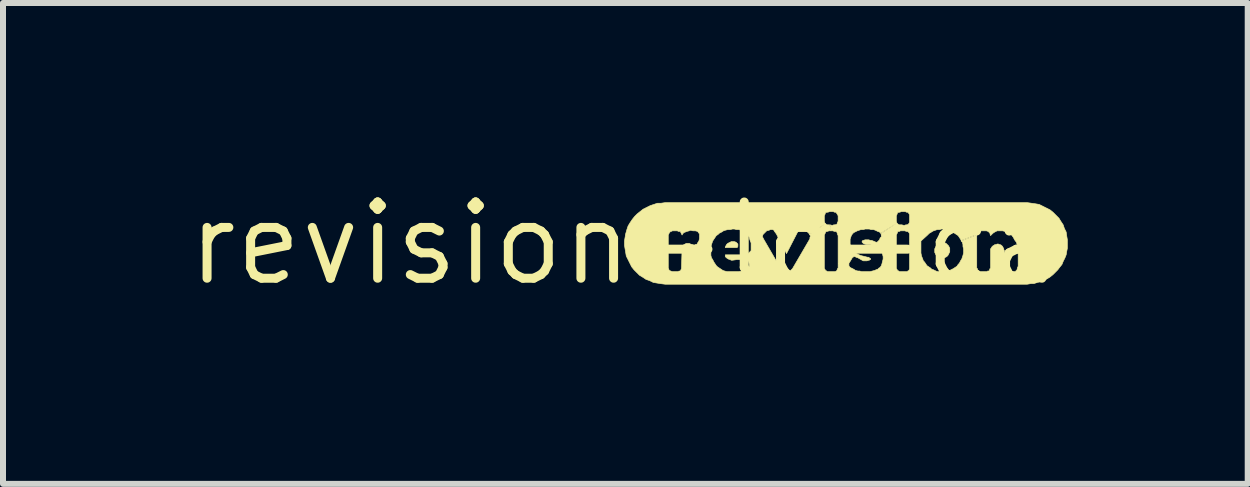
<source format=kicad_pcb>
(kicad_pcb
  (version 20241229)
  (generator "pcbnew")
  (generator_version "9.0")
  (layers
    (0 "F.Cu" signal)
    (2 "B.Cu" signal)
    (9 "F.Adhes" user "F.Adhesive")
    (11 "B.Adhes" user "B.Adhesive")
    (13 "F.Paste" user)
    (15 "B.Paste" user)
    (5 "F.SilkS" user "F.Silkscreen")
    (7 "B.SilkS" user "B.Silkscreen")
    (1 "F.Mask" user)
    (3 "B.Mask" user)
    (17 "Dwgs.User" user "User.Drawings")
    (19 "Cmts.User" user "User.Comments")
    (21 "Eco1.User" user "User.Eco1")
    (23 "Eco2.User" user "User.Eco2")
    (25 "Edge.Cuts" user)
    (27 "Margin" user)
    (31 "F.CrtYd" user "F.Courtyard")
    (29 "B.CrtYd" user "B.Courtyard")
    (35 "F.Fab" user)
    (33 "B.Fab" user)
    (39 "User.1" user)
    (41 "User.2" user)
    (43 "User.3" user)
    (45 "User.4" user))
  (footprint "revision-lc-ca"
    (layer "F.Cu")
    (at 7.355 1.006)
    (property "Reference" "revision-lc-ca" (at 0 0 0) (layer "F.SilkS") (effects (font (size 1.27 1.27) (thickness 0.15))))
    (attr board_only exclude_from_pos_files exclude_from_bom)
    (fp_poly (pts (xy 1.84 0.07) (xy 1.86 0.07) (xy 1.87 0.07) (xy 1.88 0.07) (xy 1.88 0.06) (xy 1.89 0.05) (xy 1.89 0.04) (xy 1.89 0.02) (xy 1.89 0.01) (xy 1.87 -0.01) (xy 1.86 -0.02) (xy 1.83 -0.03) (xy 1.8 -0.03) (xy 1.78 -0.03) (xy 1.76 -0.02) (xy 1.74 -0.01) (xy 1.72 0) (xy 1.7 0.02) (xy 1.69 0.04) (xy 1.68 0.06) (xy 1.68 0.07) (xy 1.84 0.07)) (stroke (width 0.01) (type solid)) (fill yes) (layer "F.SilkS"))
    (fp_poly (pts (xy 5.25 0.24) (xy 5.31 0.24) (xy 5.33 0.24) (xy 5.35 0.23) (xy 5.37 0.22) (xy 5.39 0.2) (xy 5.4 0.18) (xy 5.41 0.16) (xy 5.42 0.14) (xy 5.42 0.11) (xy 5.42 0.08) (xy 5.41 0.06) (xy 5.4 0.04) (xy 5.38 0.02) (xy 5.36 0) (xy 5.34 -0.01) (xy 5.31 -0.01) (xy 5.29 -0.01) (xy 5.27 -0.01) (xy 5.24 0) (xy 5.22 0.01) (xy 5.2 0.03) (xy 5.19 0.05) (xy 5.18 0.07) (xy 5.17 0.09) (xy 5.17 0.12) (xy 5.17 0.15) (xy 5.18 0.17) (xy 5.19 0.19) (xy 5.2 0.2) (xy 5.25 0.24)) (stroke (width 0.01) (type solid)) (fill yes) (layer "F.SilkS"))
    (fp_poly (pts (xy 0.68 -0.68) (xy 0.61 -0.67) (xy 0.55 -0.67) (xy 0.49 -0.65) (xy 0.43 -0.63) (xy 0.37 -0.6) (xy 0.31 -0.57) (xy 0.26 -0.53) (xy 0.21 -0.49) (xy 0.17 -0.45) (xy 0.13 -0.4) (xy 0.09 -0.34) (xy 0.06 -0.29) (xy 0.04 -0.23) (xy 0.02 -0.16) (xy 0.01 -0.1) (xy 0 -0.04) (xy 0 0.03) (xy 0.01 0.09) (xy 0.02 0.15) (xy 0.03 0.21) (xy 0.06 0.27) (xy 0.09 0.33) (xy 0.12 0.39) (xy 0.16 0.44) (xy 0.2 0.48) (xy 0.25 0.53) (xy 0.3 0.56) (xy 0.36 0.6) (xy 0.42 0.62) (xy 0.48 0.65) (xy 0.54 0.66) (xy 0.6 0.67) (xy 0.68 0.68) (xy 0.77 0.46) (xy 0.75 0.45) (xy 0.74 0.44) (xy 0.74 0.43) (xy 0.73 0.41) (xy 0.73 0.39) (xy 0.73 -0.14) (xy 0.74 -0.16) (xy 0.75 -0.18) (xy 0.76 -0.19) (xy 0.77 -0.2) (xy 0.78 -0.2) (xy 0.8 -0.21) (xy 0.86 -0.21) (xy 0.88 -0.21) (xy 0.9 -0.2) (xy 0.93 -0.2) (xy 0.94 -0.18) (xy 0.95 -0.16) (xy 0.96 -0.14) (xy 0.97 -0.16) (xy 0.99 -0.18) (xy 1.04 -0.2) (xy 1.08 -0.21) (xy 1.1 -0.22) (xy 1.14 -0.21) (xy 1.18 -0.21) (xy 1.22 -0.2) (xy 1.24 -0.17) (xy 1.25 -0.16) (xy 1.25 -0.14) (xy 1.25 -0.11) (xy 1.25 -0.08) (xy 1.46 -0.01) (xy 1.47 -0.04) (xy 1.49 -0.07) (xy 1.51 -0.1) (xy 1.53 -0.13) (xy 1.56 -0.15) (xy 1.58 -0.17) (xy 1.62 -0.19) (xy 1.65 -0.21) (xy 1.68 -0.22) (xy 1.72 -0.23) (xy 1.76 -0.23) (xy 1.8 -0.24) (xy 1.83 -0.24) (xy 1.87 -0.23) (xy 1.91 -0.23) (xy 1.94 -0.22) (xy 1.97 -0.2) (xy 2 -0.18) (xy 2.02 -0.16) (xy 2.05 -0.14) (xy 2.07 -0.12) (xy 2.08 -0.1) (xy 2.09 -0.06) (xy 2.1 -0.03) (xy 2.31 -0.09) (xy 2.3 -0.11) (xy 2.3 -0.13) (xy 2.31 -0.15) (xy 2.33 -0.17) (xy 2.35 -0.19) (xy 2.37 -0.21) (xy 2.41 -0.22) (xy 2.43 -0.23) (xy 2.45 -0.23) (xy 2.47 -0.23) (xy 2.49 -0.22) (xy 2.5 -0.2) (xy 2.53 -0.16) (xy 2.7 0.17) (xy 2.87 -0.16) (xy 2.88 -0.18) (xy 2.9 -0.21) (xy 2.91 -0.22) (xy 2.92 -0.23) (xy 2.94 -0.23) (xy 2.96 -0.23) (xy 2.97 -0.23) (xy 2.99 -0.22) (xy 3.03 -0.2) (xy 3.05 -0.19) (xy 3.07 -0.17) (xy 3.08 -0.16) (xy 3.35 -0.33) (xy 3.34 -0.34) (xy 3.33 -0.37) (xy 3.33 -0.46) (xy 3.34 -0.48) (xy 3.35 -0.51) (xy 3.37 -0.52) (xy 3.39 -0.52) (xy 3.42 -0.53) (xy 3.45 -0.53) (xy 3.48 -0.53) (xy 3.5 -0.52) (xy 3.52 -0.52) (xy 3.53 -0.51) (xy 3.55 -0.48) (xy 3.56 -0.46) (xy 3.56 -0.37) (xy 3.55 -0.35) (xy 3.54 -0.32) (xy 3.51 -0.31) (xy 3.49 -0.31) (xy 3.46 -0.3) (xy 3.43 -0.31) (xy 3.44 -0.21) (xy 3.47 -0.21) (xy 3.5 -0.2) (xy 3.52 -0.2) (xy 3.54 -0.19) (xy 3.54 -0.18) (xy 3.55 -0.16) (xy 3.55 -0.15) (xy 3.56 -0.13) (xy 3.56 0.41) (xy 3.74 0.37) (xy 3.74 0.35) (xy 3.74 0.33) (xy 3.76 0.3) (xy 3.79 0.25) (xy 3.8 0.23) (xy 3.81 0.23) (xy 3.82 0.22) (xy 3.84 0.22) (xy 3.86 0.23) (xy 3.89 0.24) (xy 3.96 0.28) (xy 3.98 0.29) (xy 4.01 0.29) (xy 4.04 0.29) (xy 4.07 0.28) (xy 4.08 0.28) (xy 4.09 0.27) (xy 4.1 0.27) (xy 4.1 0.26) (xy 4.1 0.25) (xy 4.09 0.25) (xy 4.08 0.24) (xy 4.07 0.23) (xy 4.05 0.23) (xy 4.01 0.22) (xy 3.97 0.21) (xy 3.93 0.2) (xy 3.89 0.18) (xy 3.85 0.16) (xy 3.83 0.14) (xy 3.81 0.12) (xy 3.79 0.08) (xy 3.77 0.05) (xy 3.76 0.01) (xy 3.76 -0.03) (xy 3.76 -0.07) (xy 3.77 -0.1) (xy 3.78 -0.13) (xy 3.8 -0.16) (xy 3.82 -0.18) (xy 3.84 -0.19) (xy 3.86 -0.2) (xy 3.88 -0.21) (xy 3.91 -0.22) (xy 3.94 -0.23) (xy 3.98 -0.23) (xy 4.01 -0.24) (xy 4.08 -0.24) (xy 4.11 -0.23) (xy 4.15 -0.23) (xy 4.18 -0.22) (xy 4.22 -0.2) (xy 4.25 -0.19) (xy 4.26 -0.18) (xy 4.27 -0.17) (xy 4.54 -0.34) (xy 4.53 -0.37) (xy 4.53 -0.46) (xy 4.54 -0.48) (xy 4.55 -0.51) (xy 4.57 -0.52) (xy 4.59 -0.52) (xy 4.61 -0.53) (xy 4.65 -0.53) (xy 4.68 -0.53) (xy 4.7 -0.52) (xy 4.72 -0.52) (xy 4.73 -0.51) (xy 4.75 -0.48) (xy 4.75 -0.46) (xy 4.75 -0.37) (xy 4.75 -0.35) (xy 4.73 -0.32) (xy 4.71 -0.31) (xy 4.69 -0.31) (xy 4.66 -0.3) (xy 4.62 -0.31) (xy 4.64 -0.21) (xy 4.67 -0.21) (xy 4.7 -0.2) (xy 4.72 -0.2) (xy 4.73 -0.19) (xy 4.74 -0.18) (xy 4.75 -0.16) (xy 4.75 -0.15) (xy 4.75 -0.13) (xy 4.94 -0.04) (xy 5.05 -0.14) (xy 5.08 -0.17) (xy 5.1 -0.18) (xy 5.13 -0.2) (xy 5.15 -0.21) (xy 5.18 -0.22) (xy 5.21 -0.23) (xy 5.25 -0.23) (xy 5.28 -0.24) (xy 5.32 -0.24) (xy 5.35 -0.23) (xy 5.38 -0.23) (xy 5.41 -0.22) (xy 5.44 -0.21) (xy 5.47 -0.19) (xy 5.5 -0.17) (xy 5.53 -0.15) (xy 5.56 -0.13) (xy 5.58 -0.1) (xy 5.6 -0.07) (xy 5.61 -0.05) (xy 5.87 -0.15) (xy 5.88 -0.16) (xy 5.9 -0.19) (xy 5.91 -0.2) (xy 5.92 -0.2) (xy 5.95 -0.21) (xy 5.97 -0.21) (xy 6 -0.21) (xy 6.03 -0.21) (xy 6.06 -0.2) (xy 6.07 -0.19) (xy 6.08 -0.18) (xy 6.09 -0.17) (xy 6.09 -0.16) (xy 6.1 -0.13) (xy 6.14 -0.17) (xy 6.17 -0.19) (xy 6.19 -0.2) (xy 6.21 -0.21) (xy 6.23 -0.21) (xy 6.25 -0.21) (xy 6.3 -0.21) (xy 6.34 -0.2) (xy 6.37 -0.18) (xy 6.41 -0.16) (xy 6.45 -0.14) (xy 6.48 -0.1) (xy 6.5 -0.06) (xy 6.53 -0.02) (xy 6.54 0.01) (xy 6.55 0.04) (xy 6.55 0.08) (xy 6.56 0.11) (xy 6.56 0.38) (xy 6.55 0.4) (xy 6.54 0.44) (xy 6.53 0.45) (xy 6.51 0.47) (xy 6.48 0.47) (xy 6.45 0.47) (xy 6.41 0.47) (xy 6.38 0.47) (xy 6.36 0.46) (xy 6.34 0.44) (xy 6.33 0.43) (xy 6.33 0.38) (xy 6.33 0.12) (xy 6.32 0.1) (xy 6.32 0.09) (xy 6.31 0.07) (xy 6.3 0.05) (xy 6.29 0.04) (xy 6.28 0.03) (xy 6.26 0.02) (xy 6.25 0.02) (xy 6.23 0.01) (xy 6.21 0.01) (xy 6.19 0.02) (xy 6.17 0.02) (xy 6.16 0.03) (xy 6.14 0.04) (xy 6.13 0.05) (xy 6.12 0.06) (xy 6.11 0.08) (xy 6.1 0.09) (xy 6.1 0.11) (xy 6.1 0.13) (xy 6.1 0.41) (xy 6.09 0.42) (xy 6.08 0.45) (xy 6.07 0.46) (xy 6.05 0.46) (xy 6.04 0.47) (xy 6.01 0.47) (xy 5.98 0.47) (xy 5.95 0.47) (xy 5.93 0.47) (xy 5.91 0.46) (xy 5.9 0.45) (xy 5.89 0.45) (xy 5.88 0.42) (xy 5.87 0.41) (xy 5.87 -0.14) (xy 5.61 -0.04) (xy 5.63 -0.02) (xy 5.64 0.02) (xy 5.64 0.05) (xy 5.65 0.09) (xy 5.65 0.13) (xy 5.65 0.16) (xy 5.64 0.2) (xy 5.63 0.23) (xy 5.62 0.26) (xy 5.6 0.29) (xy 5.58 0.33) (xy 5.56 0.35) (xy 5.54 0.38) (xy 5.51 0.4) (xy 5.48 0.42) (xy 5.46 0.43) (xy 5.42 0.45) (xy 5.39 0.46) (xy 5.36 0.47) (xy 5.32 0.47) (xy 5.29 0.47) (xy 5.25 0.47) (xy 5.22 0.47) (xy 5.19 0.46) (xy 5.15 0.44) (xy 5.12 0.43) (xy 5.1 0.41) (xy 5.07 0.39) (xy 5.04 0.37) (xy 5.02 0.34) (xy 5 0.31) (xy 4.98 0.29) (xy 4.97 0.26) (xy 4.95 0.21) (xy 4.94 0.16) (xy 4.94 0.12) (xy 4.94 -0.04) (xy 4.75 -0.13) (xy 4.75 0.41) (xy 4.75 0.42) (xy 4.74 0.45) (xy 4.72 0.46) (xy 4.71 0.47) (xy 4.68 0.47) (xy 4.65 0.47) (xy 4.61 0.47) (xy 4.58 0.47) (xy 4.57 0.46) (xy 4.55 0.45) (xy 4.54 0.43) (xy 4.53 0.42) (xy 4.53 0.41) (xy 4.53 -0.09) (xy 4.53 -0.14) (xy 4.54 -0.16) (xy 4.55 -0.18) (xy 4.55 -0.19) (xy 4.56 -0.2) (xy 4.58 -0.2) (xy 4.6 -0.21) (xy 4.64 -0.21) (xy 4.62 -0.31) (xy 4.6 -0.31) (xy 4.58 -0.31) (xy 4.56 -0.32) (xy 4.55 -0.33) (xy 4.54 -0.34) (xy 4.27 -0.16) (xy 4.28 -0.15) (xy 4.28 -0.13) (xy 4.28 -0.11) (xy 4.26 -0.09) (xy 4.25 -0.06) (xy 4.23 -0.04) (xy 4.21 -0.02) (xy 4.2 -0.02) (xy 4.19 -0.02) (xy 4.17 -0.03) (xy 4.12 -0.05) (xy 4.1 -0.05) (xy 4.07 -0.06) (xy 4.05 -0.06) (xy 4.01 -0.06) (xy 3.98 -0.05) (xy 3.97 -0.05) (xy 3.97 -0.04) (xy 3.96 -0.04) (xy 3.96 -0.03) (xy 3.96 -0.02) (xy 3.97 -0.01) (xy 3.98 0) (xy 4 0.01) (xy 4.04 0.02) (xy 4.09 0.02) (xy 4.13 0.03) (xy 4.17 0.04) (xy 4.2 0.06) (xy 4.23 0.07) (xy 4.24 0.08) (xy 4.26 0.1) (xy 4.27 0.11) (xy 4.29 0.14) (xy 4.3 0.18) (xy 4.31 0.22) (xy 4.31 0.26) (xy 4.3 0.3) (xy 4.29 0.34) (xy 4.28 0.37) (xy 4.26 0.4) (xy 4.24 0.41) (xy 4.22 0.43) (xy 4.19 0.44) (xy 4.17 0.45) (xy 4.13 0.46) (xy 4.09 0.47) (xy 4.05 0.47) (xy 4.01 0.47) (xy 3.98 0.47) (xy 3.95 0.47) (xy 3.92 0.46) (xy 3.89 0.46) (xy 3.85 0.45) (xy 3.82 0.43) (xy 3.76 0.4) (xy 3.75 0.39) (xy 3.74 0.37) (xy 3.56 0.41) (xy 3.55 0.42) (xy 3.54 0.45) (xy 3.53 0.46) (xy 3.51 0.47) (xy 3.48 0.47) (xy 3.45 0.47) (xy 3.41 0.47) (xy 3.38 0.47) (xy 3.37 0.46) (xy 3.35 0.45) (xy 3.34 0.43) (xy 3.33 0.42) (xy 3.33 0.41) (xy 3.33 -0.09) (xy 3.33 -0.14) (xy 3.34 -0.16) (xy 3.35 -0.18) (xy 3.35 -0.19) (xy 3.37 -0.2) (xy 3.38 -0.2) (xy 3.41 -0.21) (xy 3.44 -0.21) (xy 3.42 -0.31) (xy 3.4 -0.31) (xy 3.38 -0.31) (xy 3.36 -0.32) (xy 3.35 -0.33) (xy 3.08 -0.15) (xy 3.09 -0.14) (xy 3.1 -0.12) (xy 3.09 -0.1) (xy 3.09 -0.08) (xy 3.08 -0.06) (xy 2.8 0.42) (xy 2.79 0.43) (xy 2.78 0.44) (xy 2.76 0.46) (xy 2.74 0.47) (xy 2.72 0.47) (xy 2.7 0.47) (xy 2.68 0.47) (xy 2.66 0.47) (xy 2.64 0.46) (xy 2.62 0.45) (xy 2.61 0.43) (xy 2.32 -0.07) (xy 2.31 -0.09) (xy 2.1 -0.03) (xy 2.11 -0.01) (xy 2.11 0.02) (xy 2.11 0.12) (xy 2.07 0.16) (xy 2.06 0.17) (xy 2.03 0.18) (xy 2.01 0.19) (xy 1.99 0.19) (xy 1.68 0.19) (xy 1.68 0.2) (xy 1.68 0.22) (xy 1.69 0.23) (xy 1.7 0.24) (xy 1.73 0.26) (xy 1.76 0.27) (xy 1.78 0.28) (xy 1.8 0.28) (xy 1.87 0.27) (xy 1.92 0.27) (xy 1.94 0.25) (xy 1.97 0.25) (xy 1.98 0.24) (xy 2 0.24) (xy 2.02 0.25) (xy 2.03 0.26) (xy 2.05 0.28) (xy 2.07 0.3) (xy 2.08 0.35) (xy 2.08 0.36) (xy 2.08 0.38) (xy 2.07 0.39) (xy 2.07 0.4) (xy 2.06 0.42) (xy 2.04 0.43) (xy 2.03 0.44) (xy 2.01 0.45) (xy 1.96 0.46) (xy 1.9 0.47) (xy 1.83 0.47) (xy 1.79 0.47) (xy 1.75 0.47) (xy 1.71 0.47) (xy 1.67 0.46) (xy 1.64 0.45) (xy 1.61 0.43) (xy 1.58 0.41) (xy 1.55 0.39) (xy 1.53 0.37) (xy 1.51 0.34) (xy 1.49 0.31) (xy 1.47 0.27) (xy 1.45 0.24) (xy 1.44 0.2) (xy 1.44 0.17) (xy 1.44 0.13) (xy 1.44 0.09) (xy 1.44 0.06) (xy 1.45 0.02) (xy 1.46 -0.01) (xy 1.25 -0.08) (xy 1.24 -0.04) (xy 1.22 -0.01) (xy 1.21 0.01) (xy 1.2 0.02) (xy 1.18 0.02) (xy 1.17 0.03) (xy 1.16 0.03) (xy 1.13 0.02) (xy 1.1 0.01) (xy 1.08 0) (xy 1.06 0) (xy 1.03 0) (xy 1.01 0.01) (xy 0.99 0.02) (xy 0.97 0.04) (xy 0.96 0.06) (xy 0.96 0.07) (xy 0.96 0.09) (xy 0.95 0.41) (xy 0.95 0.42) (xy 0.94 0.44) (xy 0.93 0.46) (xy 0.91 0.46) (xy 0.89 0.47) (xy 0.86 0.47) (xy 0.83 0.47) (xy 0.8 0.47) (xy 0.77 0.46) (xy 0.68 0.68) (xy 6.71 0.68) (xy 6.77 0.67) (xy 6.82 0.67) (xy 6.88 0.65) (xy 6.93 0.64) (xy 6.99 0.62) (xy 7.04 0.59) (xy 7.09 0.56) (xy 7.14 0.52) (xy 7.18 0.48) (xy 7.22 0.44) (xy 7.25 0.4) (xy 7.29 0.35) (xy 7.31 0.3) (xy 7.34 0.24) (xy 7.36 0.19) (xy 7.37 0.13) (xy 7.38 0.08) (xy 7.38 0.01) (xy 7.38 -0.06) (xy 7.37 -0.12) (xy 7.36 -0.19) (xy 7.33 -0.25) (xy 7.31 -0.31) (xy 7.27 -0.37) (xy 7.24 -0.42) (xy 7.19 -0.47) (xy 7.14 -0.52) (xy 7.09 -0.56) (xy 7.03 -0.59) (xy 6.97 -0.62) (xy 6.91 -0.65) (xy 6.85 -0.66) (xy 6.78 -0.67) (xy 6.71 -0.68) (xy 0.68 -0.68)) (stroke (width 0.01) (type solid)) (fill yes) (layer "F.SilkS")))
  (gr_rect
    (start -3 -3)
    (end 17.74 5.012)
    (stroke (width 0.1) (type default))
    (fill no)
    (layer "Edge.Cuts")))
</source>
